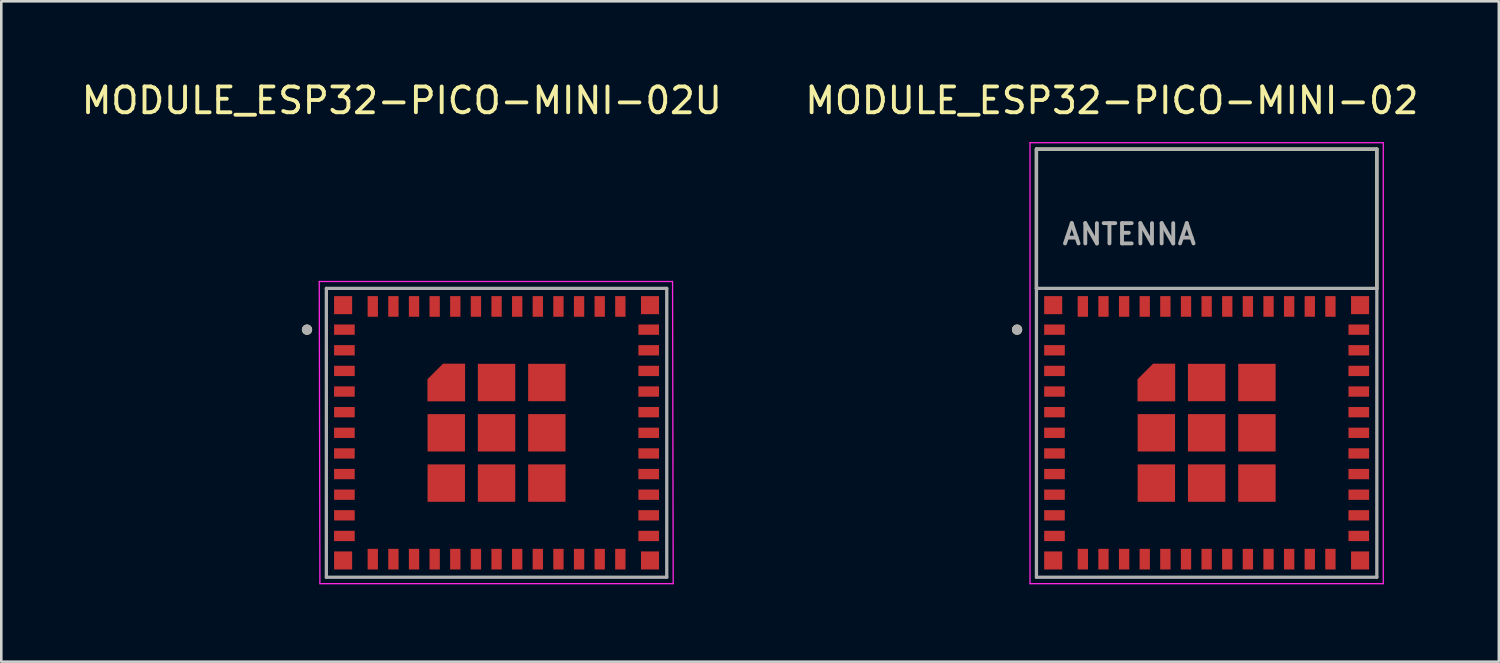
<source format=kicad_pcb>
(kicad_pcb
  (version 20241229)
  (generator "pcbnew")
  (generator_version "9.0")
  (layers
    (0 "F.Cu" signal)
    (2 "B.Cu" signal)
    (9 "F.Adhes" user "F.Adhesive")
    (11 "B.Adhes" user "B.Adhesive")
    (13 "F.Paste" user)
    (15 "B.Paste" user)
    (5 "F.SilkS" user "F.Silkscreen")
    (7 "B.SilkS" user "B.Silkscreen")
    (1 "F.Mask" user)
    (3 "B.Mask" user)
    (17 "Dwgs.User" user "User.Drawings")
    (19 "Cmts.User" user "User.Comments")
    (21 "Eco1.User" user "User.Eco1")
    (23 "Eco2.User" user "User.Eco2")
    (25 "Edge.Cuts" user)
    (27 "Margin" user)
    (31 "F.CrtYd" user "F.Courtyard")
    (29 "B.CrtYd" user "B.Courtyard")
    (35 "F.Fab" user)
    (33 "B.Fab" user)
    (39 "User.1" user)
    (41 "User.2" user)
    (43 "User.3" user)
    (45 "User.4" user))
  (footprint "MODULE_ESP32-PICO-MINI-02"
    (layer "F.Cu")
    (at 43.74 13.733)
    (property "Reference" "MODULE_ESP32-PICO-MINI-02" (at -3.675 -12.885 0) (layer "F.SilkS") (effects (font (size 1 1) (thickness 0.15))))
    (attr through_hole)
    (fp_poly (pts (xy -1.125 -1.125) (xy -1.125 -2.775) (xy -2.175 -2.775) (xy -2.775 -2.175) (xy -2.775 -1.125)) (stroke (width 0.01) (type solid)) (fill yes) (layer "F.Mask"))
    (fp_line (start -6.6 -11) (end 6.6 -11) (stroke (width 0.127) (type solid)) (layer "F.SilkS"))
    (fp_line (start -6.6 -5.6) (end -6.6 -11) (stroke (width 0.127) (type solid)) (layer "F.SilkS"))
    (fp_line (start 6.6 -11) (end 6.6 -5.6) (stroke (width 0.127) (type solid)) (layer "F.SilkS"))
    (fp_circle (center -7.35 -4) (end -7.25 -4) (stroke (width 0.2) (type solid)) (fill no) (layer "F.SilkS"))
    (fp_poly (pts (xy -1.225 -1.225) (xy -1.225 -2.675) (xy -2.075 -2.675) (xy -2.675 -2.075) (xy -2.675 -1.225)) (stroke (width 0.01) (type solid)) (fill yes) (layer "F.Paste"))
    (fp_line (start -6.85 -11.25) (end -6.85 5.85) (stroke (width 0.05) (type solid)) (layer "F.CrtYd"))
    (fp_line (start -6.85 5.85) (end 6.85 5.85) (stroke (width 0.05) (type solid)) (layer "F.CrtYd"))
    (fp_line (start 6.85 -11.25) (end -6.85 -11.25) (stroke (width 0.05) (type solid)) (layer "F.CrtYd"))
    (fp_line (start 6.85 5.85) (end 6.85 -11.25) (stroke (width 0.05) (type solid)) (layer "F.CrtYd"))
    (fp_line (start -6.6 -11) (end 6.6 -11) (stroke (width 0.127) (type solid)) (layer "F.Fab"))
    (fp_line (start -6.6 -5.6) (end -6.6 -11) (stroke (width 0.127) (type solid)) (layer "F.Fab"))
    (fp_line (start -6.6 -5.6) (end 6.6 -5.6) (stroke (width 0.127) (type solid)) (layer "F.Fab"))
    (fp_line (start -6.6 5.6) (end -6.6 -5.6) (stroke (width 0.127) (type solid)) (layer "F.Fab"))
    (fp_line (start 6.6 -11) (end 6.6 -5.6) (stroke (width 0.127) (type solid)) (layer "F.Fab"))
    (fp_line (start 6.6 -5.6) (end 6.6 5.6) (stroke (width 0.127) (type solid)) (layer "F.Fab"))
    (fp_line (start 6.6 5.6) (end -6.6 5.6) (stroke (width 0.127) (type solid)) (layer "F.Fab"))
    (fp_circle (center -7.35 -4) (end -7.25 -4) (stroke (width 0.2) (type solid)) (fill no) (layer "F.Fab"))
    (fp_text user "ANTENNA" (at -3 -7.7 0) (layer "F.Fab") (effects (font (size 0.787 0.787) (thickness 0.15))))
    (pad "1" smd rect (at -5.9 -4) (size 0.8 0.4) (layers "F.Cu" "F.Mask" "F.Paste"))
    (pad "2" smd rect (at -5.9 -3.2) (size 0.8 0.4) (layers "F.Cu" "F.Mask" "F.Paste"))
    (pad "3" smd rect (at -5.9 -2.4) (size 0.8 0.4) (layers "F.Cu" "F.Mask" "F.Paste"))
    (pad "4" smd rect (at -5.9 -1.6) (size 0.8 0.4) (layers "F.Cu" "F.Mask" "F.Paste"))
    (pad "5" smd rect (at -5.9 -0.8) (size 0.8 0.4) (layers "F.Cu" "F.Mask" "F.Paste"))
    (pad "6" smd rect (at -5.9 0) (size 0.8 0.4) (layers "F.Cu" "F.Mask" "F.Paste"))
    (pad "7" smd rect (at -5.9 0.8) (size 0.8 0.4) (layers "F.Cu" "F.Mask" "F.Paste"))
    (pad "8" smd rect (at -5.9 1.6) (size 0.8 0.4) (layers "F.Cu" "F.Mask" "F.Paste"))
    (pad "9" smd rect (at -5.9 2.4) (size 0.8 0.4) (layers "F.Cu" "F.Mask" "F.Paste"))
    (pad "10" smd rect (at -5.9 3.2) (size 0.8 0.4) (layers "F.Cu" "F.Mask" "F.Paste"))
    (pad "11" smd rect (at -5.9 4) (size 0.8 0.4) (layers "F.Cu" "F.Mask" "F.Paste"))
    (pad "12" smd rect (at -4.8 4.9) (size 0.4 0.8) (layers "F.Cu" "F.Mask" "F.Paste"))
    (pad "13" smd rect (at -4 4.9) (size 0.4 0.8) (layers "F.Cu" "F.Mask" "F.Paste"))
    (pad "14" smd rect (at -3.2 4.9) (size 0.4 0.8) (layers "F.Cu" "F.Mask" "F.Paste"))
    (pad "15" smd rect (at -2.4 4.9) (size 0.4 0.8) (layers "F.Cu" "F.Mask" "F.Paste"))
    (pad "16" smd rect (at -1.6 4.9) (size 0.4 0.8) (layers "F.Cu" "F.Mask" "F.Paste"))
    (pad "17" smd rect (at -0.8 4.9) (size 0.4 0.8) (layers "F.Cu" "F.Mask" "F.Paste"))
    (pad "18" smd rect (at 0 4.9) (size 0.4 0.8) (layers "F.Cu" "F.Mask" "F.Paste"))
    (pad "19" smd rect (at 0.8 4.9) (size 0.4 0.8) (layers "F.Cu" "F.Mask" "F.Paste"))
    (pad "20" smd rect (at 1.6 4.9) (size 0.4 0.8) (layers "F.Cu" "F.Mask" "F.Paste"))
    (pad "21" smd rect (at 2.4 4.9) (size 0.4 0.8) (layers "F.Cu" "F.Mask" "F.Paste"))
    (pad "22" smd rect (at 3.2 4.9) (size 0.4 0.8) (layers "F.Cu" "F.Mask" "F.Paste"))
    (pad "23" smd rect (at 4 4.9) (size 0.4 0.8) (layers "F.Cu" "F.Mask" "F.Paste"))
    (pad "24" smd rect (at 4.8 4.9) (size 0.4 0.8) (layers "F.Cu" "F.Mask" "F.Paste"))
    (pad "25" smd rect (at 5.9 4) (size 0.8 0.4) (layers "F.Cu" "F.Mask" "F.Paste"))
    (pad "26" smd rect (at 5.9 3.2) (size 0.8 0.4) (layers "F.Cu" "F.Mask" "F.Paste"))
    (pad "27" smd rect (at 5.9 2.4) (size 0.8 0.4) (layers "F.Cu" "F.Mask" "F.Paste"))
    (pad "28" smd rect (at 5.9 1.6) (size 0.8 0.4) (layers "F.Cu" "F.Mask" "F.Paste"))
    (pad "29" smd rect (at 5.9 0.8) (size 0.8 0.4) (layers "F.Cu" "F.Mask" "F.Paste"))
    (pad "30" smd rect (at 5.9 0) (size 0.8 0.4) (layers "F.Cu" "F.Mask" "F.Paste"))
    (pad "31" smd rect (at 5.9 -0.8) (size 0.8 0.4) (layers "F.Cu" "F.Mask" "F.Paste"))
    (pad "32" smd rect (at 5.9 -1.6) (size 0.8 0.4) (layers "F.Cu" "F.Mask" "F.Paste"))
    (pad "33" smd rect (at 5.9 -2.4) (size 0.8 0.4) (layers "F.Cu" "F.Mask" "F.Paste"))
    (pad "34" smd rect (at 5.9 -3.2) (size 0.8 0.4) (layers "F.Cu" "F.Mask" "F.Paste"))
    (pad "35" smd rect (at 5.9 -4) (size 0.8 0.4) (layers "F.Cu" "F.Mask" "F.Paste"))
    (pad "36" smd rect (at 4.8 -4.9) (size 0.4 0.8) (layers "F.Cu" "F.Mask" "F.Paste"))
    (pad "37" smd rect (at 4 -4.9) (size 0.4 0.8) (layers "F.Cu" "F.Mask" "F.Paste"))
    (pad "38" smd rect (at 3.2 -4.9) (size 0.4 0.8) (layers "F.Cu" "F.Mask" "F.Paste"))
    (pad "39" smd rect (at 2.4 -4.9) (size 0.4 0.8) (layers "F.Cu" "F.Mask" "F.Paste"))
    (pad "40" smd rect (at 1.6 -4.9) (size 0.4 0.8) (layers "F.Cu" "F.Mask" "F.Paste"))
    (pad "41" smd rect (at 0.8 -4.9) (size 0.4 0.8) (layers "F.Cu" "F.Mask" "F.Paste"))
    (pad "42" smd rect (at 0 -4.9) (size 0.4 0.8) (layers "F.Cu" "F.Mask" "F.Paste"))
    (pad "43" smd rect (at -0.8 -4.9) (size 0.4 0.8) (layers "F.Cu" "F.Mask" "F.Paste"))
    (pad "44" smd rect (at -1.6 -4.9) (size 0.4 0.8) (layers "F.Cu" "F.Mask" "F.Paste"))
    (pad "45" smd rect (at -2.4 -4.9) (size 0.4 0.8) (layers "F.Cu" "F.Mask" "F.Paste"))
    (pad "46" smd rect (at -3.2 -4.9) (size 0.4 0.8) (layers "F.Cu" "F.Mask" "F.Paste"))
    (pad "47" smd rect (at -4 -4.9) (size 0.4 0.8) (layers "F.Cu" "F.Mask" "F.Paste"))
    (pad "48" smd rect (at -4.8 -4.9) (size 0.4 0.8) (layers "F.Cu" "F.Mask" "F.Paste"))
    (pad "49" smd rect (at 0 0) (size 1.45 1.45) (layers "F.Cu" "F.Mask" "F.Paste"))
    (pad "50" smd rect (at 5.95 -4.95) (size 0.7 0.7) (layers "F.Cu" "F.Mask" "F.Paste"))
    (pad "51" smd rect (at 5.95 4.95) (size 0.7 0.7) (layers "F.Cu" "F.Mask" "F.Paste"))
    (pad "52" smd rect (at -5.95 4.95) (size 0.7 0.7) (layers "F.Cu" "F.Mask" "F.Paste"))
    (pad "53" smd rect (at -5.95 -4.95) (size 0.7 0.7) (layers "F.Cu" "F.Mask" "F.Paste"))
    (pad "54" smd rect (at -1.95 0) (size 1.45 1.45) (layers "F.Cu" "F.Mask" "F.Paste"))
    (pad "55" smd rect (at -1.95 1.95) (size 1.45 1.45) (layers "F.Cu" "F.Mask" "F.Paste"))
    (pad "56" smd rect (at 0 1.95) (size 1.45 1.45) (layers "F.Cu" "F.Mask" "F.Paste"))
    (pad "57" smd rect (at 1.95 1.95) (size 1.45 1.45) (layers "F.Cu" "F.Mask" "F.Paste"))
    (pad "58" smd rect (at 1.95 0) (size 1.45 1.45) (layers "F.Cu" "F.Mask" "F.Paste"))
    (pad "59" smd rect (at 1.95 -1.95) (size 1.45 1.45) (layers "F.Cu" "F.Mask" "F.Paste"))
    (pad "60" smd rect (at 0 -1.95) (size 1.45 1.45) (layers "F.Cu" "F.Mask" "F.Paste"))
    (pad "61" smd custom (at -1.95 -1.95) (size 0.5 0.5) (layers "F.Cu") (options (anchor rect)) (primitives (gr_poly (pts (xy 0.725 0.725) (xy 0.725 -0.725) (xy -0.125 -0.725) (xy -0.725 -0.125) (xy -0.725 0.725)) (width 0.01) (fill yes))))
    (zone (net_name "") (layer "F.Cu") (hatch full 0.508) (connect_pads) (min_thickness 0.01) (filled_areas_thickness no) (keepout (tracks not_allowed) (vias not_allowed) (pads not_allowed) (copperpour not_allowed) (footprints allowed)) (placement (enabled no)) (fill) (polygon (pts (xy 37.14 2.733) (xy 50.34 2.733) (xy 50.34 8.133) (xy 37.14 8.133))))
    (zone (net_name "") (layers "F.Cu" "B.Cu") (hatch full 0.508) (connect_pads) (min_thickness 0.01) (filled_areas_thickness no) (keepout (tracks allowed) (vias not_allowed) (pads allowed) (copperpour allowed) (footprints allowed)) (placement (enabled no)) (fill) (polygon (pts (xy 37.14 2.733) (xy 50.34 2.733) (xy 50.34 8.133) (xy 37.14 8.133))))
    (zone (net_name "") (layer "B.Cu") (hatch full 0.508) (connect_pads) (min_thickness 0.01) (filled_areas_thickness no) (keepout (tracks not_allowed) (vias not_allowed) (pads not_allowed) (copperpour not_allowed) (footprints allowed)) (placement (enabled no)) (fill) (polygon (pts (xy 37.14 2.733) (xy 50.34 2.733) (xy 50.34 8.133) (xy 37.14 8.133)))))
  (footprint "MODULE_ESP32-PICO-MINI-02U"
    (layer "F.Cu")
    (at 16.205 13.733)
    (property "Reference" "MODULE_ESP32-PICO-MINI-02U" (at -3.675 -12.885 0) (layer "F.SilkS") (effects (font (size 1 1) (thickness 0.15))))
    (attr through_hole)
    (fp_poly (pts (xy -1.125 -1.125) (xy -1.125 -2.775) (xy -2.175 -2.775) (xy -2.775 -2.175) (xy -2.775 -1.125)) (stroke (width 0.01) (type solid)) (fill yes) (layer "F.Mask"))
    (fp_circle (center -7.35 -4) (end -7.25 -4) (stroke (width 0.2) (type solid)) (fill no) (layer "F.SilkS"))
    (fp_poly (pts (xy -1.225 -1.225) (xy -1.225 -2.675) (xy -2.075 -2.675) (xy -2.675 -2.075) (xy -2.675 -1.225)) (stroke (width 0.01) (type solid)) (fill yes) (layer "F.Paste"))
    (fp_line (start -6.875 -5.867) (end -6.85 5.85) (stroke (width 0.05) (type solid)) (layer "F.CrtYd"))
    (fp_line (start -6.85 5.85) (end 6.85 5.85) (stroke (width 0.05) (type solid)) (layer "F.CrtYd"))
    (fp_line (start 6.825 -5.867) (end -6.875 -5.867) (stroke (width 0.05) (type solid)) (layer "F.CrtYd"))
    (fp_line (start 6.85 5.85) (end 6.825 -5.867) (stroke (width 0.05) (type solid)) (layer "F.CrtYd"))
    (fp_line (start -6.6 -5.6) (end 6.6 -5.6) (stroke (width 0.127) (type solid)) (layer "F.Fab"))
    (fp_line (start -6.6 5.6) (end -6.6 -5.6) (stroke (width 0.127) (type solid)) (layer "F.Fab"))
    (fp_line (start 6.6 -5.6) (end 6.6 5.6) (stroke (width 0.127) (type solid)) (layer "F.Fab"))
    (fp_line (start 6.6 5.6) (end -6.6 5.6) (stroke (width 0.127) (type solid)) (layer "F.Fab"))
    (fp_circle (center -7.35 -4) (end -7.25 -4) (stroke (width 0.2) (type solid)) (fill no) (layer "F.Fab"))
    (pad "1" smd rect (at -5.9 -4) (size 0.8 0.4) (layers "F.Cu" "F.Mask" "F.Paste"))
    (pad "2" smd rect (at -5.9 -3.2) (size 0.8 0.4) (layers "F.Cu" "F.Mask" "F.Paste"))
    (pad "3" smd rect (at -5.9 -2.4) (size 0.8 0.4) (layers "F.Cu" "F.Mask" "F.Paste"))
    (pad "4" smd rect (at -5.9 -1.6) (size 0.8 0.4) (layers "F.Cu" "F.Mask" "F.Paste"))
    (pad "5" smd rect (at -5.9 -0.8) (size 0.8 0.4) (layers "F.Cu" "F.Mask" "F.Paste"))
    (pad "6" smd rect (at -5.9 0) (size 0.8 0.4) (layers "F.Cu" "F.Mask" "F.Paste"))
    (pad "7" smd rect (at -5.9 0.8) (size 0.8 0.4) (layers "F.Cu" "F.Mask" "F.Paste"))
    (pad "8" smd rect (at -5.9 1.6) (size 0.8 0.4) (layers "F.Cu" "F.Mask" "F.Paste"))
    (pad "9" smd rect (at -5.9 2.4) (size 0.8 0.4) (layers "F.Cu" "F.Mask" "F.Paste"))
    (pad "10" smd rect (at -5.9 3.2) (size 0.8 0.4) (layers "F.Cu" "F.Mask" "F.Paste"))
    (pad "11" smd rect (at -5.9 4) (size 0.8 0.4) (layers "F.Cu" "F.Mask" "F.Paste"))
    (pad "12" smd rect (at -4.8 4.9) (size 0.4 0.8) (layers "F.Cu" "F.Mask" "F.Paste"))
    (pad "13" smd rect (at -4 4.9) (size 0.4 0.8) (layers "F.Cu" "F.Mask" "F.Paste"))
    (pad "14" smd rect (at -3.2 4.9) (size 0.4 0.8) (layers "F.Cu" "F.Mask" "F.Paste"))
    (pad "15" smd rect (at -2.4 4.9) (size 0.4 0.8) (layers "F.Cu" "F.Mask" "F.Paste"))
    (pad "16" smd rect (at -1.6 4.9) (size 0.4 0.8) (layers "F.Cu" "F.Mask" "F.Paste"))
    (pad "17" smd rect (at -0.8 4.9) (size 0.4 0.8) (layers "F.Cu" "F.Mask" "F.Paste"))
    (pad "18" smd rect (at 0 4.9) (size 0.4 0.8) (layers "F.Cu" "F.Mask" "F.Paste"))
    (pad "19" smd rect (at 0.8 4.9) (size 0.4 0.8) (layers "F.Cu" "F.Mask" "F.Paste"))
    (pad "20" smd rect (at 1.6 4.9) (size 0.4 0.8) (layers "F.Cu" "F.Mask" "F.Paste"))
    (pad "21" smd rect (at 2.4 4.9) (size 0.4 0.8) (layers "F.Cu" "F.Mask" "F.Paste"))
    (pad "22" smd rect (at 3.2 4.9) (size 0.4 0.8) (layers "F.Cu" "F.Mask" "F.Paste"))
    (pad "23" smd rect (at 4 4.9) (size 0.4 0.8) (layers "F.Cu" "F.Mask" "F.Paste"))
    (pad "24" smd rect (at 4.8 4.9) (size 0.4 0.8) (layers "F.Cu" "F.Mask" "F.Paste"))
    (pad "25" smd rect (at 5.9 4) (size 0.8 0.4) (layers "F.Cu" "F.Mask" "F.Paste"))
    (pad "26" smd rect (at 5.9 3.2) (size 0.8 0.4) (layers "F.Cu" "F.Mask" "F.Paste"))
    (pad "27" smd rect (at 5.9 2.4) (size 0.8 0.4) (layers "F.Cu" "F.Mask" "F.Paste"))
    (pad "28" smd rect (at 5.9 1.6) (size 0.8 0.4) (layers "F.Cu" "F.Mask" "F.Paste"))
    (pad "29" smd rect (at 5.9 0.8) (size 0.8 0.4) (layers "F.Cu" "F.Mask" "F.Paste"))
    (pad "30" smd rect (at 5.9 0) (size 0.8 0.4) (layers "F.Cu" "F.Mask" "F.Paste"))
    (pad "31" smd rect (at 5.9 -0.8) (size 0.8 0.4) (layers "F.Cu" "F.Mask" "F.Paste"))
    (pad "32" smd rect (at 5.9 -1.6) (size 0.8 0.4) (layers "F.Cu" "F.Mask" "F.Paste"))
    (pad "33" smd rect (at 5.9 -2.4) (size 0.8 0.4) (layers "F.Cu" "F.Mask" "F.Paste"))
    (pad "34" smd rect (at 5.9 -3.2) (size 0.8 0.4) (layers "F.Cu" "F.Mask" "F.Paste"))
    (pad "35" smd rect (at 5.9 -4) (size 0.8 0.4) (layers "F.Cu" "F.Mask" "F.Paste"))
    (pad "36" smd rect (at 4.8 -4.9) (size 0.4 0.8) (layers "F.Cu" "F.Mask" "F.Paste"))
    (pad "37" smd rect (at 4 -4.9) (size 0.4 0.8) (layers "F.Cu" "F.Mask" "F.Paste"))
    (pad "38" smd rect (at 3.2 -4.9) (size 0.4 0.8) (layers "F.Cu" "F.Mask" "F.Paste"))
    (pad "39" smd rect (at 2.4 -4.9) (size 0.4 0.8) (layers "F.Cu" "F.Mask" "F.Paste"))
    (pad "40" smd rect (at 1.6 -4.9) (size 0.4 0.8) (layers "F.Cu" "F.Mask" "F.Paste"))
    (pad "41" smd rect (at 0.8 -4.9) (size 0.4 0.8) (layers "F.Cu" "F.Mask" "F.Paste"))
    (pad "42" smd rect (at 0 -4.9) (size 0.4 0.8) (layers "F.Cu" "F.Mask" "F.Paste"))
    (pad "43" smd rect (at -0.8 -4.9) (size 0.4 0.8) (layers "F.Cu" "F.Mask" "F.Paste"))
    (pad "44" smd rect (at -1.6 -4.9) (size 0.4 0.8) (layers "F.Cu" "F.Mask" "F.Paste"))
    (pad "45" smd rect (at -2.4 -4.9) (size 0.4 0.8) (layers "F.Cu" "F.Mask" "F.Paste"))
    (pad "46" smd rect (at -3.2 -4.9) (size 0.4 0.8) (layers "F.Cu" "F.Mask" "F.Paste"))
    (pad "47" smd rect (at -4 -4.9) (size 0.4 0.8) (layers "F.Cu" "F.Mask" "F.Paste"))
    (pad "48" smd rect (at -4.8 -4.9) (size 0.4 0.8) (layers "F.Cu" "F.Mask" "F.Paste"))
    (pad "49" smd rect (at 0 0) (size 1.45 1.45) (layers "F.Cu" "F.Mask" "F.Paste"))
    (pad "50" smd rect (at 5.95 -4.95) (size 0.7 0.7) (layers "F.Cu" "F.Mask" "F.Paste"))
    (pad "51" smd rect (at 5.95 4.95) (size 0.7 0.7) (layers "F.Cu" "F.Mask" "F.Paste"))
    (pad "52" smd rect (at -5.95 4.95) (size 0.7 0.7) (layers "F.Cu" "F.Mask" "F.Paste"))
    (pad "53" smd rect (at -5.95 -4.95) (size 0.7 0.7) (layers "F.Cu" "F.Mask" "F.Paste"))
    (pad "54" smd rect (at -1.95 0) (size 1.45 1.45) (layers "F.Cu" "F.Mask" "F.Paste"))
    (pad "55" smd rect (at -1.95 1.95) (size 1.45 1.45) (layers "F.Cu" "F.Mask" "F.Paste"))
    (pad "56" smd rect (at 0 1.95) (size 1.45 1.45) (layers "F.Cu" "F.Mask" "F.Paste"))
    (pad "57" smd rect (at 1.95 1.95) (size 1.45 1.45) (layers "F.Cu" "F.Mask" "F.Paste"))
    (pad "58" smd rect (at 1.95 0) (size 1.45 1.45) (layers "F.Cu" "F.Mask" "F.Paste"))
    (pad "59" smd rect (at 1.95 -1.95) (size 1.45 1.45) (layers "F.Cu" "F.Mask" "F.Paste"))
    (pad "60" smd rect (at 0 -1.95) (size 1.45 1.45) (layers "F.Cu" "F.Mask" "F.Paste"))
    (pad "61" smd custom (at -1.95 -1.95) (size 0.5 0.5) (layers "F.Cu") (options (anchor rect)) (primitives (gr_poly (pts (xy 0.725 0.725) (xy 0.725 -0.725) (xy -0.125 -0.725) (xy -0.725 -0.125) (xy -0.725 0.725)) (width 0.01) (fill yes)))))
  (gr_rect
    (start -3 -3)
    (end 55.071 22.608)
    (stroke (width 0.1) (type default))
    (fill no)
    (layer "Edge.Cuts")))
</source>
